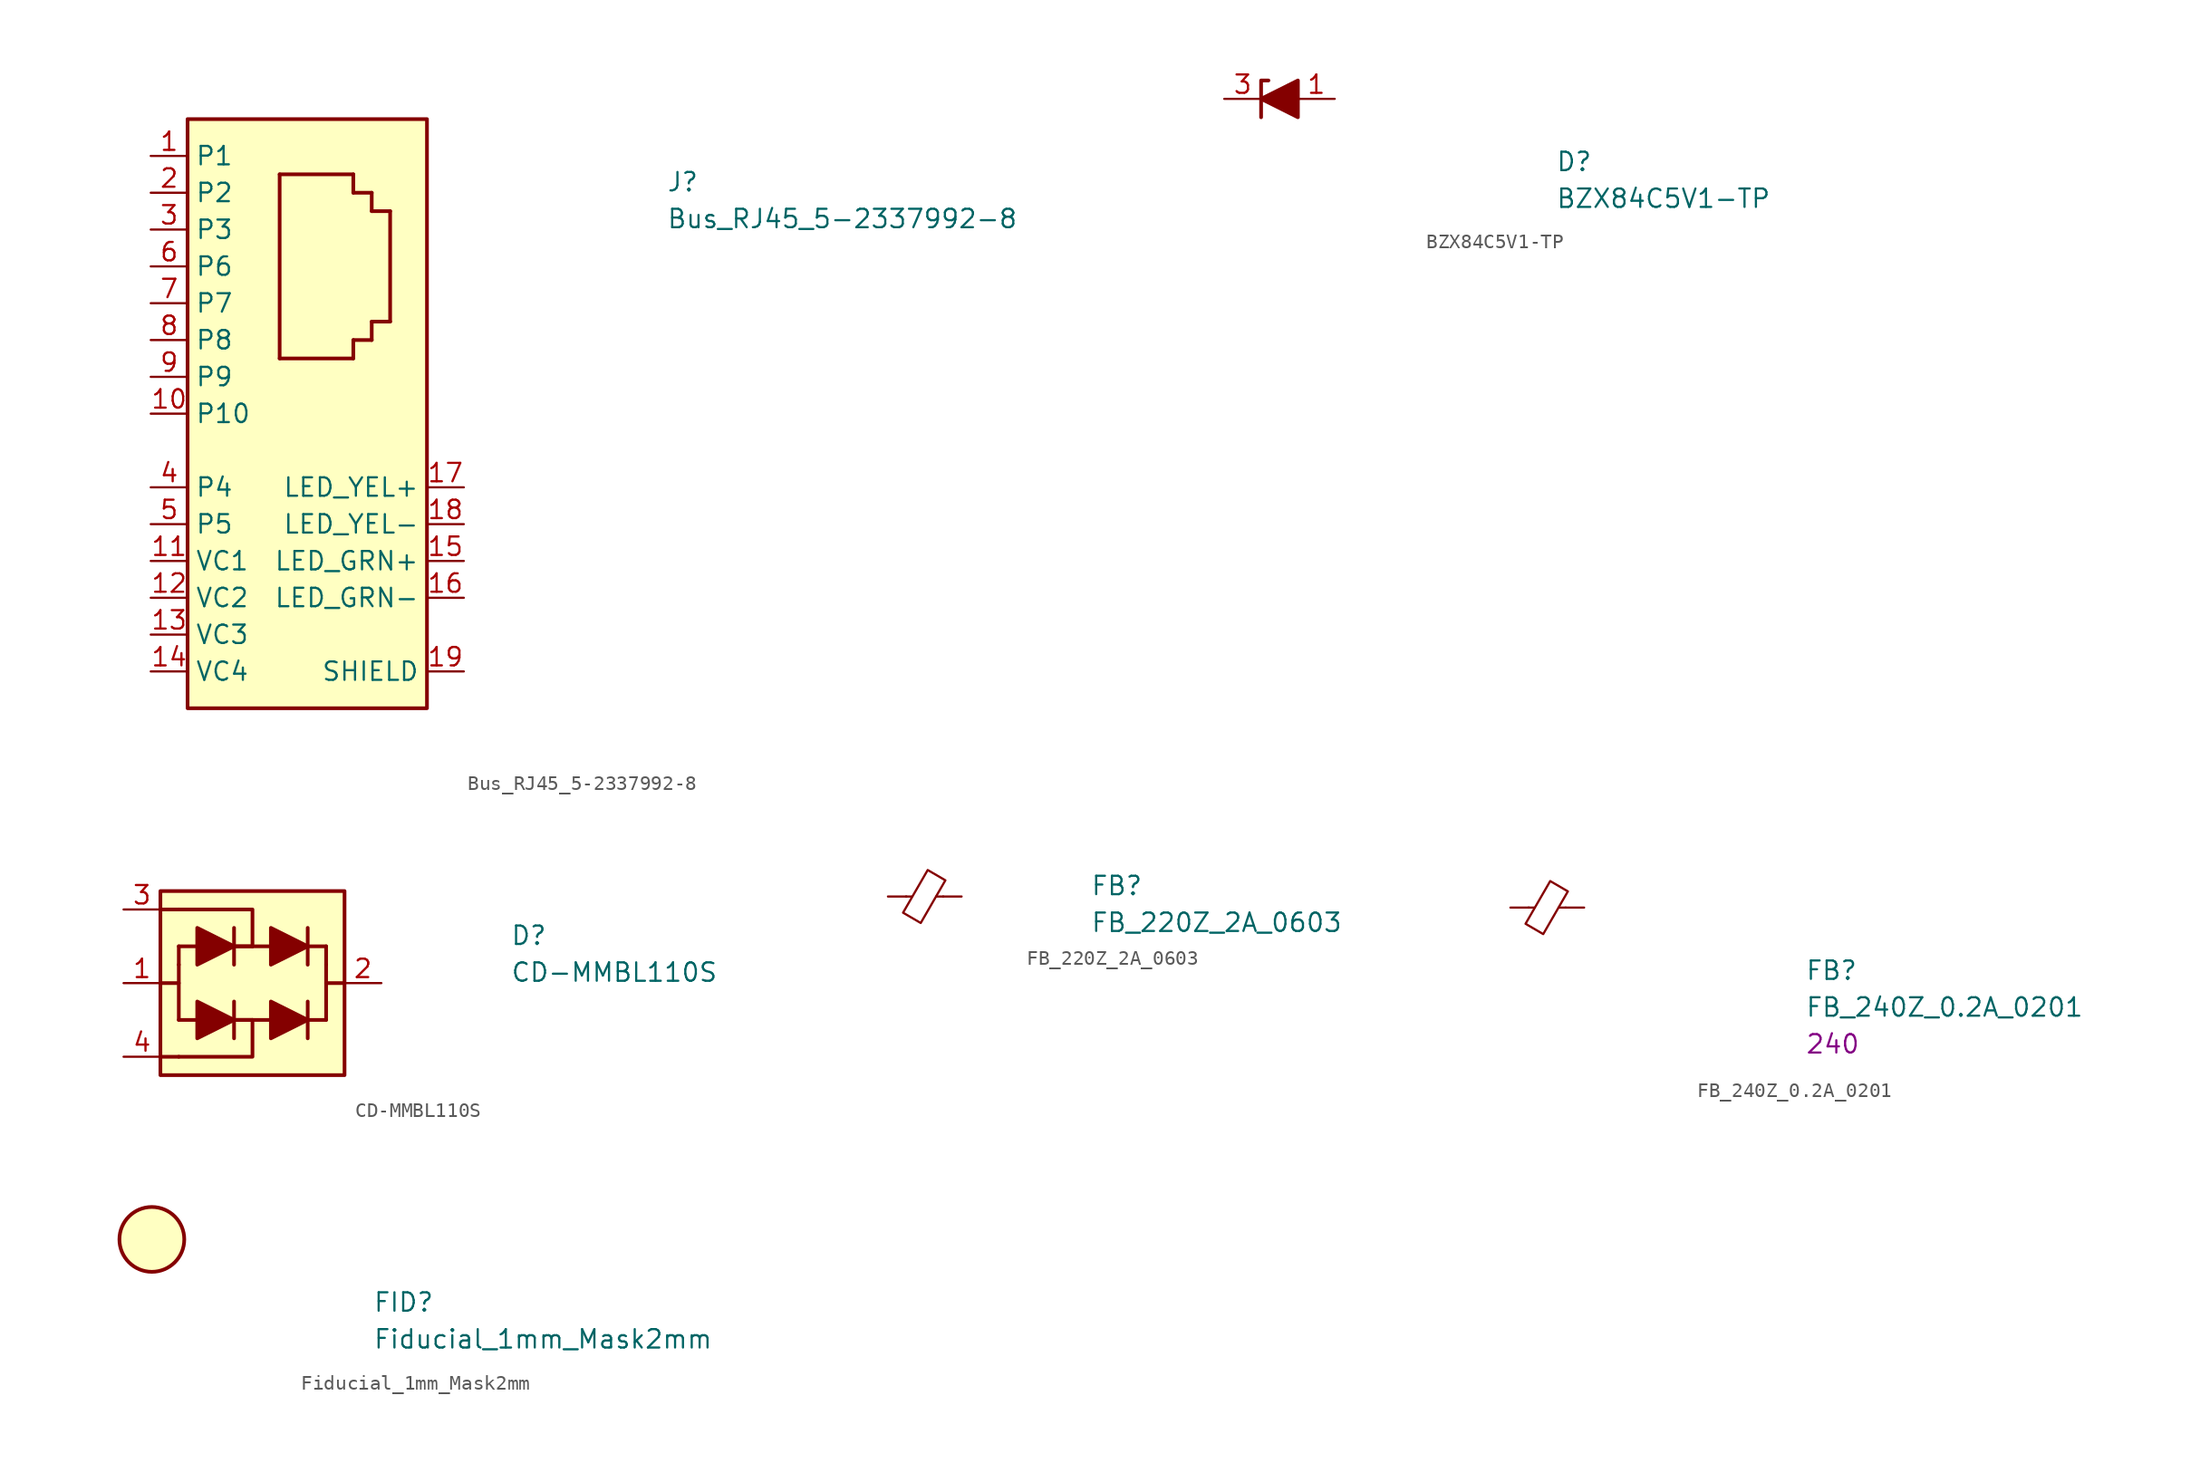
<source format=kicad_sym>
(kicad_symbol_lib
  (version 20211014)
  (generator kicad_symbol_editor)
  (symbol "Bus_RJ45_5-2337992-8"
    (property "Reference" "J"
      (at 35.56 -2.54 0)
      (effects (font (size 1.27 1.27) (thickness 0.15)) (justify left bottom)))
    (property "Value" "Bus_RJ45_5-2337992-8"
      (at 35.56 -5.08 0)
      (effects (font (size 1.27 1.27) (thickness 0.15)) (justify left bottom)))
    (symbol "Bus_RJ45_5-2337992-8_1_1"
      (polyline (pts (xy 8.89 -13.97) (xy 13.97 -13.97)) (stroke (width 0.254) (type default) (color 0 0 0 0)) (fill (type background)))
      (polyline (pts (xy 8.89 -1.27) (xy 8.89 -13.97)) (stroke (width 0.254) (type default) (color 0 0 0 0)) (fill (type background)))
      (polyline (pts (xy 8.89 -1.27) (xy 13.97 -1.27)) (stroke (width 0.254) (type default) (color 0 0 0 0)) (fill (type background)))
      (polyline (pts (xy 13.97 -13.97) (xy 13.97 -12.7)) (stroke (width 0.254) (type default) (color 0 0 0 0)) (fill (type background)))
      (polyline (pts (xy 13.97 -12.7) (xy 15.24 -12.7)) (stroke (width 0.254) (type default) (color 0 0 0 0)) (fill (type background)))
      (polyline (pts (xy 13.97 -2.54) (xy 15.24 -2.54)) (stroke (width 0.254) (type default) (color 0 0 0 0)) (fill (type background)))
      (polyline (pts (xy 13.97 -1.27) (xy 13.97 -2.54)) (stroke (width 0.254) (type default) (color 0 0 0 0)) (fill (type background)))
      (polyline (pts (xy 15.24 -12.7) (xy 15.24 -11.43)) (stroke (width 0.254) (type default) (color 0 0 0 0)) (fill (type background)))
      (polyline (pts (xy 15.24 -11.43) (xy 16.51 -11.43)) (stroke (width 0.254) (type default) (color 0 0 0 0)) (fill (type background)))
      (polyline (pts (xy 15.24 -3.81) (xy 16.51 -3.81)) (stroke (width 0.254) (type default) (color 0 0 0 0)) (fill (type background)))
      (polyline (pts (xy 15.24 -2.54) (xy 15.24 -3.81)) (stroke (width 0.254) (type default) (color 0 0 0 0)) (fill (type background)))
      (polyline (pts (xy 16.51 -3.81) (xy 16.51 -11.43)) (stroke (width 0.254) (type default) (color 0 0 0 0)) (fill (type background)))
      (rectangle (start 2.54 2.54) (end 19.05 -38.1) (stroke (width 0.254) (type default) (color 0 0 0 0)) (fill (type background)))
      (pin bidirectional line (at 0 0 0) (length 2.54) (name "P1" (effects (font (size 1.27 1.27)))) (number "1" (effects (font (size 1.27 1.27)))))
      (pin bidirectional line (at 0 -17.78 0) (length 2.54) (name "P10" (effects (font (size 1.27 1.27)))) (number "10" (effects (font (size 1.27 1.27)))))
      (pin bidirectional line (at 0 -27.94 0) (length 2.54) (name "VC1" (effects (font (size 1.27 1.27)))) (number "11" (effects (font (size 1.27 1.27)))))
      (pin bidirectional line (at 0 -30.48 0) (length 2.54) (name "VC2" (effects (font (size 1.27 1.27)))) (number "12" (effects (font (size 1.27 1.27)))))
      (pin bidirectional line (at 0 -33.02 0) (length 2.54) (name "VC3" (effects (font (size 1.27 1.27)))) (number "13" (effects (font (size 1.27 1.27)))))
      (pin bidirectional line (at 0 -35.56 0) (length 2.54) (name "VC4" (effects (font (size 1.27 1.27)))) (number "14" (effects (font (size 1.27 1.27)))))
      (pin passive line (at 21.59 -27.94 180) (length 2.54) (name "LED_GRN+" (effects (font (size 1.27 1.27)))) (number "15" (effects (font (size 1.27 1.27)))))
      (pin passive line (at 21.59 -30.48 180) (length 2.54) (name "LED_GRN-" (effects (font (size 1.27 1.27)))) (number "16" (effects (font (size 1.27 1.27)))))
      (pin passive line (at 21.59 -22.86 180) (length 2.54) (name "LED_YEL+" (effects (font (size 1.27 1.27)))) (number "17" (effects (font (size 1.27 1.27)))))
      (pin passive line (at 21.59 -25.4 180) (length 2.54) (name "LED_YEL-" (effects (font (size 1.27 1.27)))) (number "18" (effects (font (size 1.27 1.27)))))
      (pin passive line (at 21.59 -35.56 180) (length 2.54) (name "SHIELD" (effects (font (size 1.27 1.27)))) (number "19" (effects (font (size 1.27 1.27)))))
      (pin bidirectional line (at 0 -2.54 0) (length 2.54) (name "P2" (effects (font (size 1.27 1.27)))) (number "2" (effects (font (size 1.27 1.27)))))
      (pin passive line (at 21.59 -35.56 180) (length 2.54) hide (name "SHIELD" (effects (font (size 1.27 1.27)))) (number "20" (effects (font (size 1.27 1.27)))))
      (pin bidirectional line (at 0 -5.08 0) (length 2.54) (name "P3" (effects (font (size 1.27 1.27)))) (number "3" (effects (font (size 1.27 1.27)))))
      (pin bidirectional line (at 0 -22.86 0) (length 2.54) (name "P4" (effects (font (size 1.27 1.27)))) (number "4" (effects (font (size 1.27 1.27)))))
      (pin bidirectional line (at 0 -25.4 0) (length 2.54) (name "P5" (effects (font (size 1.27 1.27)))) (number "5" (effects (font (size 1.27 1.27)))))
      (pin bidirectional line (at 0 -7.62 0) (length 2.54) (name "P6" (effects (font (size 1.27 1.27)))) (number "6" (effects (font (size 1.27 1.27)))))
      (pin bidirectional line (at 0 -10.16 0) (length 2.54) (name "P7" (effects (font (size 1.27 1.27)))) (number "7" (effects (font (size 1.27 1.27)))))
      (pin bidirectional line (at 0 -12.7 0) (length 2.54) (name "P8" (effects (font (size 1.27 1.27)))) (number "8" (effects (font (size 1.27 1.27)))))
      (pin bidirectional line (at 0 -15.24 0) (length 2.54) (name "P9" (effects (font (size 1.27 1.27)))) (number "9" (effects (font (size 1.27 1.27)))))))
  (symbol "BZX84C5V1-TP"
    (pin_names hide)
    (property "Reference" "D"
      (at 22.86 -5.08 0)
      (effects (font (size 1.27 1.27) (thickness 0.15)) (justify left bottom)))
    (property "Value" "BZX84C5V1-TP"
      (at 22.86 -7.62 0)
      (effects (font (size 1.27 1.27) (thickness 0.15)) (justify left bottom)))
    (symbol "BZX84C5V1-TP_1_1"
      (polyline (pts (xy 5.08 0) (xy 2.54 0)) (stroke (width 0.254) (type default) (color 0 0 0 0)) (fill (type none)))
      (polyline (pts (xy 2.54 -1.27) (xy 2.54 1.27) (xy 3.048 1.27)) (stroke (width 0.254) (type default) (color 0 0 0 0)) (fill (type none)))
      (polyline (pts (xy 5.08 -1.27) (xy 5.08 1.27) (xy 2.54 0) (xy 5.08 -1.27)) (stroke (width 0.254) (type default) (color 0 0 0 0)) (fill (type outline)))
      (pin passive line (at 7.62 0 180) (length 2.54) (name "1" (effects (font (size 1.27 1.27)))) (number "1" (effects (font (size 1.27 1.27)))))
      (pin no_connect line (at 2.54 0 0) (length 2.54) hide (name "2" (effects (font (size 1.27 1.27)))) (number "2" (effects (font (size 1.27 1.27)))))
      (pin passive line (at 0 0 0) (length 2.54) (name "3" (effects (font (size 1.27 1.27)))) (number "3" (effects (font (size 1.27 1.27)))))))
  (symbol "CD-MMBL110S"
    (pin_names hide)
    (property "Reference" "D"
      (at 26.67 -2.54 0)
      (effects (font (size 1.27 1.27) (thickness 0.15)) (justify left bottom)))
    (property "Value" "CD-MMBL110S"
      (at 26.67 -5.08 0)
      (effects (font (size 1.27 1.27) (thickness 0.15)) (justify left bottom)))
    (symbol "CD-MMBL110S_1_1"
      (polyline (pts (xy 2.54 -5.08) (xy 3.81 -5.08)) (stroke (width 0.254) (type default) (color 0 0 0 0)) (fill (type none)))
      (polyline (pts (xy 3.81 -10.16) (xy 2.54 -10.16)) (stroke (width 0.254) (type default) (color 0 0 0 0)) (fill (type none)))
      (polyline (pts (xy 3.81 -3.81) (xy 3.81 -7.62)) (stroke (width 0.254) (type default) (color 0 0 0 0)) (fill (type none)))
      (polyline (pts (xy 3.81 -2.54) (xy 3.81 -3.81)) (stroke (width 0.254) (type default) (color 0 0 0 0)) (fill (type none)))
      (polyline (pts (xy 3.81 0) (xy 2.54 0)) (stroke (width 0.254) (type default) (color 0 0 0 0)) (fill (type none)))
      (polyline (pts (xy 5.08 -7.62) (xy 3.81 -7.62)) (stroke (width 0.254) (type default) (color 0 0 0 0)) (fill (type none)))
      (polyline (pts (xy 5.08 -2.54) (xy 3.81 -2.54)) (stroke (width 0.254) (type default) (color 0 0 0 0)) (fill (type none)))
      (polyline (pts (xy 7.62 -6.35) (xy 7.62 -8.89)) (stroke (width 0.254) (type default) (color 0 0 0 0)) (fill (type none)))
      (polyline (pts (xy 7.62 -1.27) (xy 7.62 -3.81)) (stroke (width 0.254) (type default) (color 0 0 0 0)) (fill (type none)))
      (polyline (pts (xy 8.89 -7.62) (xy 7.62 -7.62)) (stroke (width 0.254) (type default) (color 0 0 0 0)) (fill (type none)))
      (polyline (pts (xy 8.89 -2.54) (xy 7.62 -2.54)) (stroke (width 0.254) (type default) (color 0 0 0 0)) (fill (type none)))
      (polyline (pts (xy 10.16 -7.62) (xy 6.35 -7.62)) (stroke (width 0.254) (type default) (color 0 0 0 0)) (fill (type none)))
      (polyline (pts (xy 10.16 -2.54) (xy 6.35 -2.54)) (stroke (width 0.254) (type default) (color 0 0 0 0)) (fill (type none)))
      (polyline (pts (xy 12.7 -7.62) (xy 13.97 -7.62)) (stroke (width 0.254) (type default) (color 0 0 0 0)) (fill (type none)))
      (polyline (pts (xy 12.7 -6.35) (xy 12.7 -8.89)) (stroke (width 0.254) (type default) (color 0 0 0 0)) (fill (type none)))
      (polyline (pts (xy 12.7 -2.54) (xy 13.97 -2.54)) (stroke (width 0.254) (type default) (color 0 0 0 0)) (fill (type none)))
      (polyline (pts (xy 12.7 -1.27) (xy 12.7 -3.81)) (stroke (width 0.254) (type default) (color 0 0 0 0)) (fill (type none)))
      (polyline (pts (xy 13.97 -5.08) (xy 15.24 -5.08)) (stroke (width 0.254) (type default) (color 0 0 0 0)) (fill (type none)))
      (polyline (pts (xy 13.97 -3.81) (xy 13.97 -7.62)) (stroke (width 0.254) (type default) (color 0 0 0 0)) (fill (type none)))
      (polyline (pts (xy 13.97 -2.54) (xy 13.97 -3.81)) (stroke (width 0.254) (type default) (color 0 0 0 0)) (fill (type none)))
      (polyline (pts (xy 8.89 -7.62) (xy 8.89 -10.16) (xy 3.81 -10.16)) (stroke (width 0.254) (type default) (color 0 0 0 0)) (fill (type none)))
      (polyline (pts (xy 8.89 -2.54) (xy 8.89 0) (xy 3.81 0)) (stroke (width 0.254) (type default) (color 0 0 0 0)) (fill (type none)))
      (polyline (pts (xy 5.08 -6.35) (xy 5.08 -8.89) (xy 7.62 -7.62) (xy 5.08 -6.35)) (stroke (width 0.254) (type default) (color 0 0 0 0)) (fill (type outline)))
      (polyline (pts (xy 5.08 -1.27) (xy 5.08 -3.81) (xy 7.62 -2.54) (xy 5.08 -1.27)) (stroke (width 0.254) (type default) (color 0 0 0 0)) (fill (type outline)))
      (polyline (pts (xy 10.16 -6.35) (xy 10.16 -8.89) (xy 12.7 -7.62) (xy 10.16 -6.35)) (stroke (width 0.254) (type default) (color 0 0 0 0)) (fill (type outline)))
      (polyline (pts (xy 10.16 -1.27) (xy 10.16 -3.81) (xy 12.7 -2.54) (xy 10.16 -1.27)) (stroke (width 0.254) (type default) (color 0 0 0 0)) (fill (type outline)))
      (rectangle (start 2.54 1.27) (end 15.24 -11.43) (stroke (width 0.254) (type default) (color 0 0 0 0)) (fill (type background)))
      (pin output line (at 0 -5.08 0) (length 2.54) (name "1" (effects (font (size 1.27 1.27)))) (number "1" (effects (font (size 1.27 1.27)))))
      (pin output line (at 17.78 -5.08 180) (length 2.54) (name "2" (effects (font (size 1.27 1.27)))) (number "2" (effects (font (size 1.27 1.27)))))
      (pin input line (at 0 0 0) (length 2.54) (name "3" (effects (font (size 1.27 1.27)))) (number "3" (effects (font (size 1.27 1.27)))))
      (pin input line (at 0 -10.16 0) (length 2.54) (name "4" (effects (font (size 1.27 1.27)))) (number "4" (effects (font (size 1.27 1.27)))))))
  (symbol "FB_220Z_2A_0603"
    (pin_numbers hide)
    (pin_names hide)
    (property "Reference" "FB"
      (at 13.97 0 0)
      (effects (font (size 1.27 1.27) (thickness 0.15)) (justify left bottom)))
    (property "Value" "FB_220Z_2A_0603"
      (at 13.97 -2.54 0)
      (effects (font (size 1.27 1.27) (thickness 0.15)) (justify left bottom)))
    (symbol "FB_220Z_2A_0603_0_1"
      (polyline (pts (xy 1.651 0) (xy 1.245 0)) (stroke (width 0) (type default) (color 0 0 0 0)) (fill (type none)))
      (polyline (pts (xy 3.81 0) (xy 3.327 0)) (stroke (width 0) (type default) (color 0 0 0 0)) (fill (type none)))
      (polyline (pts (xy 2.261 -1.829) (xy 1.041 -1.118) (xy 2.743 1.829) (xy 3.962 1.118) (xy 2.261 -1.829)) (stroke (width 0) (type default) (color 0 0 0 0)) (fill (type none))))
    (symbol "FB_220Z_2A_0603_1_1"
      (pin passive line (at 0 0 0) (length 1.27) (name "~" (effects (font (size 1.27 1.27)))) (number "1" (effects (font (size 1.27 1.27)))))
      (pin passive line (at 5.08 0 180) (length 1.27) (name "~" (effects (font (size 1.27 1.27)))) (number "2" (effects (font (size 1.27 1.27)))))))
  (symbol "FB_240Z_0.2A_0201"
    (pin_numbers hide)
    (pin_names hide)
    (property "Reference" "FB"
      (at 20.32 -5.08 0)
      (effects (font (size 1.27 1.27) (thickness 0.15)) (justify left bottom)))
    (property "Value" "FB_240Z_0.2A_0201"
      (at 20.32 -7.62 0)
      (effects (font (size 1.27 1.27) (thickness 0.15)) (justify left bottom)))
    (property "Val" "240"
      (at 20.32 -10.16 0)
      (effects (font (size 1.27 1.27) (thickness 0.15)) (justify left bottom)))
    (symbol "FB_240Z_0.2A_0201_0_1"
      (polyline (pts (xy 1.651 0) (xy 1.245 0)) (stroke (width 0) (type default) (color 0 0 0 0)) (fill (type none)))
      (polyline (pts (xy 3.81 0) (xy 3.327 0)) (stroke (width 0) (type default) (color 0 0 0 0)) (fill (type none)))
      (polyline (pts (xy 2.261 -1.829) (xy 1.041 -1.118) (xy 2.743 1.829) (xy 3.962 1.118) (xy 2.261 -1.829)) (stroke (width 0) (type default) (color 0 0 0 0)) (fill (type none))))
    (symbol "FB_240Z_0.2A_0201_1_1"
      (pin passive line (at 0 0 0) (length 1.27) (name "~" (effects (font (size 1.27 1.27)))) (number "1" (effects (font (size 1.27 1.27)))))
      (pin passive line (at 5.08 0 180) (length 1.27) (name "~" (effects (font (size 1.27 1.27)))) (number "2" (effects (font (size 1.27 1.27)))))))
  (symbol "Fiducial_1mm_Mask2mm"
    (property "Reference" "FID"
      (at 15.24 -5.08 0)
      (effects (font (size 1.27 1.27) (thickness 0.15)) (justify left bottom)))
    (property "Value" "Fiducial_1mm_Mask2mm"
      (at 15.24 -7.62 0)
      (effects (font (size 1.27 1.27) (thickness 0.15)) (justify left bottom)))
    (symbol "Fiducial_1mm_Mask2mm_1_1"
      (circle (center 0 0) (radius 2.236) (stroke (width 0.254) (type default) (color 0 0 0 0)) (fill (type background))))))
</source>
